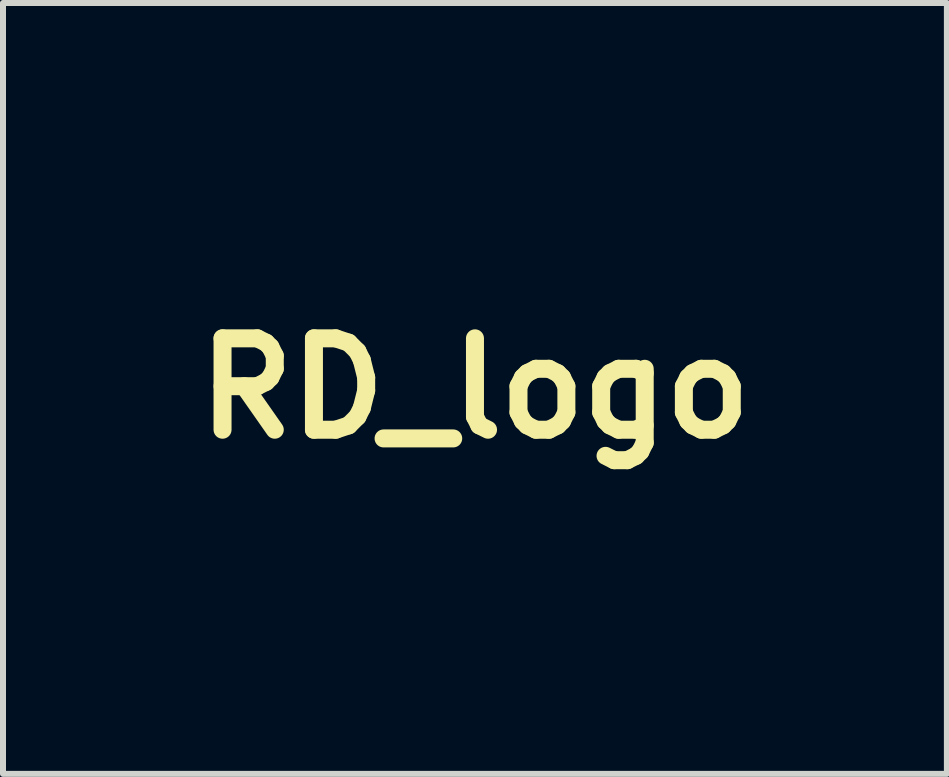
<source format=kicad_pcb>
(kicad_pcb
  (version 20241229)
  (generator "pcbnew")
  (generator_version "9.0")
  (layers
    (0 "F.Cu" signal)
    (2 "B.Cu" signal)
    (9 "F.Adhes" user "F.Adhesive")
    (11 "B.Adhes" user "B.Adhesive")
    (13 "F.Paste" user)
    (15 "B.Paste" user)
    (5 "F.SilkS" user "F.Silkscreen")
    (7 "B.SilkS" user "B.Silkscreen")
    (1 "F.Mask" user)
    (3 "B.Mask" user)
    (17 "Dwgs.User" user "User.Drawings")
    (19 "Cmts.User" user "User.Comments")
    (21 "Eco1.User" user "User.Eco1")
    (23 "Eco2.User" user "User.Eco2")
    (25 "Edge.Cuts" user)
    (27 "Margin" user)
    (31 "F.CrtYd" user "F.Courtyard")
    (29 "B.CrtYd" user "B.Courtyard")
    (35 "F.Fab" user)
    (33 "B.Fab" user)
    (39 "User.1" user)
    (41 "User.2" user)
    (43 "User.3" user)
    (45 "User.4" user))
  (footprint "RD_logo"
    (layer "F.Cu")
    (at 4.87 3.426)
    (property "Reference" "RD_logo" (at 0 0 0) (layer "F.SilkS") (effects (font (size 1.524 1.524) (thickness 0.3))))
    (attr through_hole)
    (fp_poly (pts (xy 0.063 0.829) (xy 0.066 0.834) (xy 0.068 0.84) (xy 0.068 0.844) (xy 0.069 0.85) (xy 0.071 0.858) (xy 0.073 0.868) (xy 0.076 0.877) (xy 0.079 0.887) (xy 0.082 0.895) (xy 0.083 0.896) (xy 0.088 0.905) (xy 0.094 0.914) (xy 0.098 0.918) (xy 0.11 0.928) (xy 0.124 0.938) (xy 0.141 0.948) (xy 0.16 0.958) (xy 0.176 0.964) (xy 0.183 0.968) (xy 0.188 0.97) (xy 0.19 0.972) (xy 0.191 0.974) (xy 0.19 0.978) (xy 0.19 0.98) (xy 0.187 0.98) (xy 0.182 0.981) (xy 0.175 0.982) (xy 0.165 0.984) (xy 0.154 0.985) (xy 0.142 0.987) (xy 0.129 0.988) (xy 0.116 0.99) (xy 0.104 0.991) (xy 0.092 0.993) (xy 0.082 0.994) (xy 0.074 0.994) (xy 0.068 0.995) (xy 0.066 0.995) (xy 0.059 0.994) (xy 0.052 0.993) (xy 0.05 0.992) (xy 0.037 0.987) (xy 0.027 0.98) (xy 0.018 0.971) (xy 0.012 0.96) (xy 0.009 0.949) (xy 0.009 0.941) (xy 0.01 0.937) (xy 0.012 0.931) (xy 0.015 0.922) (xy 0.018 0.912) (xy 0.022 0.901) (xy 0.027 0.889) (xy 0.032 0.877) (xy 0.036 0.865) (xy 0.041 0.855) (xy 0.045 0.845) (xy 0.048 0.837) (xy 0.051 0.832) (xy 0.053 0.829) (xy 0.053 0.828) (xy 0.058 0.827) (xy 0.063 0.829)) (stroke (width 0.01) (type solid)) (fill yes) (layer "F.Mask"))
    (fp_poly (pts (xy -0.61 -2.886) (xy -0.61 -2.883) (xy -0.611 -2.882) (xy -0.614 -2.877) (xy -0.619 -2.872) (xy -0.626 -2.864) (xy -0.634 -2.856) (xy -0.643 -2.847) (xy -0.643 -2.847) (xy -0.677 -2.813) (xy -0.709 -2.781) (xy -0.738 -2.751) (xy -0.764 -2.723) (xy -0.788 -2.697) (xy -0.81 -2.672) (xy -0.821 -2.658) (xy -0.827 -2.652) (xy -0.833 -2.643) (xy -0.841 -2.633) (xy -0.85 -2.621) (xy -0.859 -2.609) (xy -0.867 -2.596) (xy -0.869 -2.594) (xy -0.885 -2.572) (xy -0.899 -2.552) (xy -0.912 -2.534) (xy -0.924 -2.518) (xy -0.936 -2.502) (xy -0.949 -2.486) (xy -0.963 -2.469) (xy -0.967 -2.464) (xy -0.991 -2.434) (xy -1.012 -2.407) (xy -1.032 -2.382) (xy -1.049 -2.358) (xy -1.064 -2.336) (xy -1.071 -2.326) (xy -1.075 -2.319) (xy -1.081 -2.309) (xy -1.088 -2.297) (xy -1.096 -2.282) (xy -1.104 -2.265) (xy -1.114 -2.246) (xy -1.124 -2.226) (xy -1.135 -2.205) (xy -1.146 -2.183) (xy -1.157 -2.16) (xy -1.168 -2.137) (xy -1.179 -2.114) (xy -1.19 -2.091) (xy -1.201 -2.068) (xy -1.211 -2.046) (xy -1.215 -2.037) (xy -1.231 -2.002) (xy -1.248 -1.964) (xy -1.265 -1.924) (xy -1.283 -1.883) (xy -1.3 -1.841) (xy -1.317 -1.801) (xy -1.325 -1.781) (xy -1.329 -1.769) (xy -1.334 -1.758) (xy -1.338 -1.748) (xy -1.341 -1.741) (xy -1.343 -1.735) (xy -1.345 -1.733) (xy -1.349 -1.73) (xy -1.354 -1.729) (xy -1.359 -1.73) (xy -1.362 -1.733) (xy -1.363 -1.734) (xy -1.363 -1.736) (xy -1.363 -1.738) (xy -1.363 -1.741) (xy -1.362 -1.745) (xy -1.361 -1.751) (xy -1.359 -1.759) (xy -1.357 -1.769) (xy -1.354 -1.782) (xy -1.35 -1.797) (xy -1.347 -1.808) (xy -1.34 -1.839) (xy -1.332 -1.866) (xy -1.326 -1.891) (xy -1.319 -1.915) (xy -1.313 -1.938) (xy -1.306 -1.96) (xy -1.299 -1.982) (xy -1.291 -2.004) (xy -1.283 -2.028) (xy -1.274 -2.054) (xy -1.274 -2.055) (xy -1.263 -2.085) (xy -1.252 -2.116) (xy -1.24 -2.147) (xy -1.229 -2.177) (xy -1.217 -2.208) (xy -1.206 -2.237) (xy -1.195 -2.265) (xy -1.184 -2.293) (xy -1.173 -2.319) (xy -1.163 -2.343) (xy -1.153 -2.366) (xy -1.145 -2.386) (xy -1.136 -2.404) (xy -1.129 -2.42) (xy -1.123 -2.432) (xy -1.117 -2.442) (xy -1.116 -2.445) (xy -1.11 -2.454) (xy -1.102 -2.464) (xy -1.093 -2.476) (xy -1.082 -2.488) (xy -1.069 -2.502) (xy -1.054 -2.517) (xy -1.041 -2.531) (xy -1.011 -2.56) (xy -0.979 -2.591) (xy -0.945 -2.622) (xy -0.909 -2.654) (xy -0.871 -2.687) (xy -0.833 -2.719) (xy -0.794 -2.751) (xy -0.755 -2.783) (xy -0.716 -2.814) (xy -0.678 -2.843) (xy -0.672 -2.847) (xy -0.661 -2.855) (xy -0.651 -2.863) (xy -0.641 -2.87) (xy -0.633 -2.876) (xy -0.627 -2.881) (xy -0.623 -2.883) (xy -0.623 -2.884) (xy -0.617 -2.887) (xy -0.612 -2.887) (xy -0.61 -2.886)) (stroke (width 0.01) (type solid)) (fill yes) (layer "F.Mask"))
    (fp_poly (pts (xy -1.754 -1.34) (xy -1.751 -1.338) (xy -1.747 -1.335) (xy -1.742 -1.329) (xy -1.736 -1.319) (xy -1.728 -1.307) (xy -1.719 -1.291) (xy -1.708 -1.272) (xy -1.696 -1.25) (xy -1.682 -1.225) (xy -1.667 -1.197) (xy -1.65 -1.165) (xy -1.632 -1.131) (xy -1.619 -1.106) (xy -1.61 -1.089) (xy -1.601 -1.072) (xy -1.593 -1.057) (xy -1.585 -1.042) (xy -1.578 -1.03) (xy -1.573 -1.019) (xy -1.568 -1.01) (xy -1.565 -1.004) (xy -1.563 -1.001) (xy -1.563 -1.001) (xy -1.561 -0.999) (xy -1.557 -0.994) (xy -1.551 -0.988) (xy -1.542 -0.98) (xy -1.531 -0.969) (xy -1.519 -0.956) (xy -1.504 -0.942) (xy -1.487 -0.926) (xy -1.469 -0.908) (xy -1.449 -0.888) (xy -1.427 -0.867) (xy -1.404 -0.845) (xy -1.38 -0.821) (xy -1.354 -0.796) (xy -1.328 -0.77) (xy -1.3 -0.743) (xy -1.271 -0.715) (xy -1.241 -0.686) (xy -1.211 -0.657) (xy -1.179 -0.626) (xy -1.148 -0.595) (xy -1.115 -0.564) (xy -1.083 -0.533) (xy -1.05 -0.501) (xy -1.017 -0.468) (xy -0.983 -0.436) (xy -0.95 -0.404) (xy -0.917 -0.372) (xy -0.884 -0.34) (xy -0.851 -0.308) (xy -0.819 -0.277) (xy -0.787 -0.246) (xy -0.756 -0.216) (xy -0.725 -0.186) (xy -0.695 -0.158) (xy -0.666 -0.13) (xy -0.638 -0.103) (xy -0.611 -0.077) (xy -0.585 -0.052) (xy -0.561 -0.028) (xy -0.537 -0.006) (xy -0.516 0.015) (xy -0.495 0.035) (xy -0.477 0.053) (xy -0.46 0.069) (xy -0.445 0.083) (xy -0.432 0.096) (xy -0.42 0.106) (xy -0.411 0.115) (xy -0.405 0.121) (xy -0.4 0.125) (xy -0.398 0.127) (xy -0.387 0.134) (xy -0.374 0.142) (xy -0.36 0.149) (xy -0.346 0.156) (xy -0.333 0.161) (xy -0.328 0.163) (xy -0.313 0.167) (xy -0.299 0.169) (xy -0.285 0.17) (xy -0.274 0.168) (xy -0.273 0.168) (xy -0.259 0.162) (xy -0.244 0.153) (xy -0.229 0.141) (xy -0.212 0.125) (xy -0.195 0.106) (xy -0.176 0.083) (xy -0.167 0.072) (xy -0.16 0.062) (xy -0.154 0.055) (xy -0.15 0.05) (xy -0.146 0.048) (xy -0.142 0.047) (xy -0.139 0.048) (xy -0.136 0.05) (xy -0.133 0.052) (xy -0.132 0.054) (xy -0.131 0.059) (xy -0.131 0.064) (xy -0.132 0.076) (xy -0.134 0.091) (xy -0.137 0.107) (xy -0.14 0.124) (xy -0.145 0.141) (xy -0.15 0.157) (xy -0.155 0.172) (xy -0.156 0.176) (xy -0.168 0.201) (xy -0.183 0.224) (xy -0.201 0.245) (xy -0.221 0.264) (xy -0.242 0.281) (xy -0.264 0.293) (xy -0.278 0.3) (xy -0.291 0.303) (xy -0.304 0.304) (xy -0.313 0.303) (xy -0.33 0.299) (xy -0.347 0.292) (xy -0.364 0.282) (xy -0.365 0.282) (xy -0.368 0.279) (xy -0.374 0.274) (xy -0.382 0.267) (xy -0.392 0.257) (xy -0.404 0.246) (xy -0.419 0.232) (xy -0.436 0.215) (xy -0.455 0.196) (xy -0.477 0.175) (xy -0.501 0.152) (xy -0.527 0.126) (xy -0.535 0.118) (xy -0.555 0.099) (xy -0.574 0.08) (xy -0.592 0.063) (xy -0.609 0.046) (xy -0.625 0.03) (xy -0.64 0.016) (xy -0.653 0.003) (xy -0.664 -0.008) (xy -0.674 -0.018) (xy -0.682 -0.026) (xy -0.688 -0.031) (xy -0.692 -0.035) (xy -0.694 -0.036) (xy -0.694 -0.036) (xy -0.694 -0.035) (xy -0.695 -0.031) (xy -0.696 -0.025) (xy -0.697 -0.021) (xy -0.701 0.002) (xy -0.707 0.028) (xy -0.714 0.055) (xy -0.723 0.083) (xy -0.734 0.11) (xy -0.746 0.137) (xy -0.758 0.163) (xy -0.768 0.182) (xy -0.776 0.196) (xy -0.787 0.212) (xy -0.799 0.23) (xy -0.812 0.249) (xy -0.826 0.27) (xy -0.841 0.29) (xy -0.856 0.311) (xy -0.871 0.331) (xy -0.886 0.351) (xy -0.899 0.367) (xy -0.91 0.381) (xy -0.921 0.382) (xy -0.93 0.383) (xy -0.942 0.383) (xy -0.955 0.383) (xy -0.97 0.383) (xy -0.985 0.382) (xy -0.998 0.382) (xy -1.009 0.381) (xy -1.021 0.38) (xy -1.032 0.378) (xy -1.039 0.377) (xy -1.06 0.373) (xy -1.084 0.368) (xy -1.11 0.36) (xy -1.137 0.351) (xy -1.166 0.341) (xy -1.194 0.33) (xy -1.223 0.318) (xy -1.251 0.305) (xy -1.259 0.301) (xy -1.288 0.287) (xy -1.315 0.272) (xy -1.339 0.257) (xy -1.362 0.242) (xy -1.384 0.226) (xy -1.404 0.209) (xy -1.425 0.19) (xy -1.44 0.175) (xy -1.468 0.145) (xy -1.495 0.114) (xy -1.521 0.081) (xy -1.546 0.045) (xy -1.57 0.008) (xy -1.594 -0.033) (xy -1.617 -0.077) (xy -1.622 -0.087) (xy -1.625 -0.092) (xy -0.928 -0.092) (xy -0.927 -0.08) (xy -0.924 -0.066) (xy -0.919 -0.052) (xy -0.913 -0.038) (xy -0.906 -0.027) (xy -0.899 -0.018) (xy -0.885 -0.006) (xy -0.871 0.002) (xy -0.856 0.008) (xy -0.84 0.01) (xy -0.835 0.01) (xy -0.827 0.009) (xy -0.821 0.008) (xy -0.815 0.006) (xy -0.807 0.002) (xy -0.807 0.002) (xy -0.793 -0.007) (xy -0.781 -0.018) (xy -0.771 -0.03) (xy -0.769 -0.033) (xy -0.765 -0.041) (xy -0.761 -0.051) (xy -0.757 -0.063) (xy -0.754 -0.075) (xy -0.752 -0.08) (xy -0.75 -0.092) (xy -0.798 -0.139) (xy -0.809 -0.15) (xy -0.819 -0.16) (xy -0.829 -0.17) (xy -0.838 -0.179) (xy -0.846 -0.186) (xy -0.851 -0.191) (xy -0.855 -0.194) (xy -0.855 -0.194) (xy -0.865 -0.203) (xy -0.88 -0.189) (xy -0.894 -0.175) (xy -0.905 -0.161) (xy -0.913 -0.147) (xy -0.917 -0.14) (xy -0.921 -0.129) (xy -0.925 -0.116) (xy -0.927 -0.104) (xy -0.928 -0.093) (xy -0.928 -0.092) (xy -1.625 -0.092) (xy -1.651 -0.147) (xy -1.678 -0.207) (xy -1.701 -0.266) (xy -1.722 -0.325) (xy -1.739 -0.383) (xy -1.752 -0.432) (xy -1.273 -0.432) (xy -1.273 -0.426) (xy -1.272 -0.408) (xy -1.27 -0.393) (xy -1.268 -0.378) (xy -1.264 -0.364) (xy -1.26 -0.35) (xy -1.252 -0.331) (xy -1.243 -0.313) (xy -1.233 -0.295) (xy -1.222 -0.278) (xy -1.21 -0.263) (xy -1.198 -0.251) (xy -1.187 -0.241) (xy -1.182 -0.238) (xy -1.164 -0.228) (xy -1.144 -0.219) (xy -1.124 -0.212) (xy -1.105 -0.207) (xy -1.103 -0.207) (xy -1.092 -0.206) (xy -1.08 -0.205) (xy -1.067 -0.205) (xy -1.055 -0.206) (xy -1.046 -0.208) (xy -1.027 -0.213) (xy -1.01 -0.222) (xy -0.995 -0.233) (xy -0.982 -0.247) (xy -0.971 -0.263) (xy -0.966 -0.275) (xy -0.964 -0.281) (xy -0.962 -0.286) (xy -0.961 -0.289) (xy -0.961 -0.29) (xy -0.961 -0.291) (xy -0.962 -0.293) (xy -0.964 -0.295) (xy -0.967 -0.298) (xy -0.97 -0.302) (xy -0.975 -0.307) (xy -0.981 -0.313) (xy -0.988 -0.321) (xy -0.997 -0.33) (xy -1.008 -0.34) (xy -1.02 -0.352) (xy -1.034 -0.366) (xy -1.051 -0.382) (xy -1.069 -0.401) (xy -1.09 -0.421) (xy -1.099 -0.429) (xy -1.117 -0.447) (xy -1.135 -0.465) (xy -1.152 -0.481) (xy -1.167 -0.496) (xy -1.182 -0.511) (xy -1.195 -0.524) (xy -1.207 -0.535) (xy -1.217 -0.545) (xy -1.226 -0.553) (xy -1.232 -0.559) (xy -1.236 -0.563) (xy -1.238 -0.565) (xy -1.238 -0.565) (xy -1.24 -0.563) (xy -1.242 -0.559) (xy -1.245 -0.553) (xy -1.249 -0.545) (xy -1.253 -0.537) (xy -1.256 -0.528) (xy -1.259 -0.52) (xy -1.26 -0.516) (xy -1.267 -0.495) (xy -1.271 -0.475) (xy -1.273 -0.454) (xy -1.273 -0.432) (xy -1.752 -0.432) (xy -1.754 -0.439) (xy -1.766 -0.494) (xy -1.773 -0.537) (xy -1.776 -0.56) (xy -1.778 -0.581) (xy -1.779 -0.601) (xy -1.78 -0.623) (xy -1.78 -0.642) (xy -1.78 -0.655) (xy -1.78 -0.664) (xy -1.78 -0.671) (xy -1.781 -0.676) (xy -1.781 -0.679) (xy -1.782 -0.681) (xy -1.783 -0.682) (xy -1.784 -0.683) (xy -1.786 -0.684) (xy -1.791 -0.688) (xy -1.798 -0.692) (xy -1.808 -0.698) (xy -1.819 -0.706) (xy -1.833 -0.715) (xy -1.848 -0.724) (xy -1.865 -0.735) (xy -1.883 -0.746) (xy -1.902 -0.758) (xy -1.921 -0.771) (xy -1.922 -0.771) (xy -1.941 -0.783) (xy -1.96 -0.795) (xy -1.978 -0.807) (xy -1.995 -0.817) (xy -2.01 -0.827) (xy -2.024 -0.836) (xy -2.036 -0.843) (xy -2.046 -0.849) (xy -2.053 -0.854) (xy -2.058 -0.857) (xy -2.06 -0.859) (xy -2.06 -0.859) (xy -2.065 -0.866) (xy -2.068 -0.873) (xy -2.068 -0.881) (xy -2.065 -0.887) (xy -2.059 -0.893) (xy -2.049 -0.897) (xy -2.039 -0.9) (xy -2.027 -0.9) (xy -2.015 -0.899) (xy -2.015 -0.899) (xy -2.01 -0.897) (xy -2.002 -0.894) (xy -1.993 -0.89) (xy -1.981 -0.885) (xy -1.967 -0.878) (xy -1.953 -0.871) (xy -1.937 -0.863) (xy -1.92 -0.855) (xy -1.904 -0.846) (xy -1.887 -0.838) (xy -1.871 -0.829) (xy -1.855 -0.821) (xy -1.841 -0.813) (xy -1.828 -0.806) (xy -1.817 -0.799) (xy -1.813 -0.797) (xy -1.799 -0.789) (xy -1.788 -0.782) (xy -1.779 -0.777) (xy -1.772 -0.774) (xy -1.767 -0.772) (xy -1.762 -0.771) (xy -1.758 -0.771) (xy -1.755 -0.772) (xy -1.752 -0.773) (xy -1.747 -0.777) (xy -1.742 -0.782) (xy -1.736 -0.789) (xy -1.731 -0.797) (xy -1.729 -0.801) (xy -1.725 -0.81) (xy -1.724 -0.819) (xy -1.726 -0.826) (xy -1.727 -0.829) (xy -1.731 -0.833) (xy -1.737 -0.84) (xy -1.744 -0.848) (xy -1.753 -0.859) (xy -1.763 -0.87) (xy -1.774 -0.883) (xy -1.786 -0.896) (xy -1.796 -0.908) (xy -1.824 -0.938) (xy -1.849 -0.966) (xy -1.871 -0.991) (xy -1.892 -1.014) (xy -1.911 -1.035) (xy -1.927 -1.054) (xy -1.942 -1.071) (xy -1.955 -1.086) (xy -1.966 -1.099) (xy -1.976 -1.11) (xy -1.984 -1.12) (xy -1.991 -1.128) (xy -1.996 -1.134) (xy -2 -1.14) (xy -2.003 -1.144) (xy -2.004 -1.147) (xy -2.007 -1.155) (xy -2.007 -1.164) (xy -2.006 -1.174) (xy -2.005 -1.179) (xy -2 -1.189) (xy -1.993 -1.197) (xy -1.985 -1.202) (xy -1.976 -1.205) (xy -1.967 -1.204) (xy -1.96 -1.202) (xy -1.958 -1.2) (xy -1.953 -1.196) (xy -1.947 -1.19) (xy -1.938 -1.182) (xy -1.928 -1.173) (xy -1.917 -1.162) (xy -1.905 -1.151) (xy -1.893 -1.139) (xy -1.889 -1.136) (xy -1.874 -1.121) (xy -1.861 -1.108) (xy -1.848 -1.095) (xy -1.835 -1.082) (xy -1.823 -1.07) (xy -1.81 -1.057) (xy -1.796 -1.043) (xy -1.782 -1.029) (xy -1.767 -1.013) (xy -1.75 -0.995) (xy -1.731 -0.975) (xy -1.718 -0.961) (xy -1.708 -0.951) (xy -1.699 -0.942) (xy -1.691 -0.934) (xy -1.685 -0.929) (xy -1.68 -0.925) (xy -1.679 -0.924) (xy -1.67 -0.921) (xy -1.661 -0.921) (xy -1.653 -0.924) (xy -1.647 -0.93) (xy -1.645 -0.931) (xy -1.644 -0.935) (xy -1.643 -0.938) (xy -1.644 -0.943) (xy -1.644 -0.945) (xy -1.645 -0.948) (xy -1.648 -0.954) (xy -1.651 -0.963) (xy -1.656 -0.974) (xy -1.662 -0.987) (xy -1.668 -1.001) (xy -1.675 -1.017) (xy -1.682 -1.034) (xy -1.69 -1.052) (xy -1.69 -1.052) (xy -1.702 -1.077) (xy -1.711 -1.099) (xy -1.72 -1.118) (xy -1.728 -1.135) (xy -1.734 -1.151) (xy -1.74 -1.165) (xy -1.746 -1.177) (xy -1.751 -1.189) (xy -1.756 -1.2) (xy -1.76 -1.211) (xy -1.764 -1.222) (xy -1.769 -1.234) (xy -1.771 -1.24) (xy -1.786 -1.276) (xy -1.786 -1.296) (xy -1.787 -1.308) (xy -1.786 -1.316) (xy -1.785 -1.323) (xy -1.782 -1.329) (xy -1.779 -1.333) (xy -1.776 -1.335) (xy -1.769 -1.34) (xy -1.761 -1.342) (xy -1.754 -1.34)) (stroke (width 0.01) (type solid)) (fill yes) (layer "F.Mask"))
    (fp_poly (pts (xy -0.23 -3.42) (xy -0.183 -3.417) (xy -0.159 -3.415) (xy -0.142 -3.413) (xy -0.124 -3.411) (xy -0.107 -3.408) (xy -0.091 -3.406) (xy -0.075 -3.403) (xy -0.061 -3.4) (xy -0.049 -3.398) (xy -0.039 -3.395) (xy -0.031 -3.393) (xy -0.027 -3.391) (xy -0.018 -3.384) (xy -0.01 -3.374) (xy -0.002 -3.361) (xy 0.004 -3.345) (xy 0.011 -3.325) (xy 0.016 -3.303) (xy 0.022 -3.277) (xy 0.026 -3.248) (xy 0.028 -3.235) (xy 0.031 -3.211) (xy 0.033 -3.185) (xy 0.036 -3.157) (xy 0.038 -3.127) (xy 0.04 -3.096) (xy 0.042 -3.065) (xy 0.044 -3.034) (xy 0.045 -3.004) (xy 0.046 -2.995) (xy 0.046 -2.973) (xy 0.047 -2.951) (xy 0.047 -2.93) (xy 0.046 -2.909) (xy 0.046 -2.887) (xy 0.045 -2.865) (xy 0.043 -2.841) (xy 0.041 -2.815) (xy 0.038 -2.787) (xy 0.035 -2.756) (xy 0.034 -2.74) (xy 0.033 -2.73) (xy 0.032 -2.722) (xy 0.032 -2.715) (xy 0.032 -2.71) (xy 0.032 -2.709) (xy 0.034 -2.708) (xy 0.039 -2.707) (xy 0.046 -2.705) (xy 0.056 -2.702) (xy 0.068 -2.699) (xy 0.082 -2.695) (xy 0.097 -2.692) (xy 0.108 -2.689) (xy 0.172 -2.672) (xy 0.234 -2.656) (xy 0.292 -2.64) (xy 0.349 -2.624) (xy 0.403 -2.608) (xy 0.455 -2.593) (xy 0.505 -2.577) (xy 0.555 -2.561) (xy 0.604 -2.544) (xy 0.652 -2.528) (xy 0.7 -2.51) (xy 0.749 -2.493) (xy 0.764 -2.487) (xy 0.859 -2.45) (xy 0.952 -2.411) (xy 1.042 -2.371) (xy 1.129 -2.329) (xy 1.214 -2.286) (xy 1.296 -2.241) (xy 1.375 -2.195) (xy 1.451 -2.147) (xy 1.524 -2.099) (xy 1.594 -2.049) (xy 1.661 -1.998) (xy 1.704 -1.963) (xy 1.76 -1.914) (xy 1.816 -1.863) (xy 1.872 -1.808) (xy 1.928 -1.751) (xy 1.984 -1.691) (xy 2.039 -1.629) (xy 2.094 -1.565) (xy 2.147 -1.498) (xy 2.199 -1.431) (xy 2.25 -1.362) (xy 2.299 -1.292) (xy 2.346 -1.221) (xy 2.392 -1.149) (xy 2.419 -1.105) (xy 2.46 -1.034) (xy 2.5 -0.96) (xy 2.538 -0.884) (xy 2.576 -0.805) (xy 2.611 -0.725) (xy 2.645 -0.644) (xy 2.664 -0.595) (xy 2.697 -0.504) (xy 2.728 -0.413) (xy 2.756 -0.323) (xy 2.781 -0.232) (xy 2.803 -0.142) (xy 2.82 -0.06) (xy 2.823 -0.046) (xy 2.826 -0.031) (xy 2.829 -0.015) (xy 2.831 0.001) (xy 2.834 0.017) (xy 2.837 0.032) (xy 2.839 0.047) (xy 2.841 0.06) (xy 2.843 0.071) (xy 2.844 0.08) (xy 2.844 0.087) (xy 2.845 0.091) (xy 2.844 0.091) (xy 2.843 0.09) (xy 2.841 0.087) (xy 2.836 0.08) (xy 2.831 0.071) (xy 2.823 0.06) (xy 2.815 0.047) (xy 2.806 0.032) (xy 2.795 0.015) (xy 2.784 -0.003) (xy 2.772 -0.022) (xy 2.759 -0.043) (xy 2.746 -0.065) (xy 2.732 -0.087) (xy 2.718 -0.11) (xy 2.704 -0.133) (xy 2.69 -0.157) (xy 2.688 -0.16) (xy 2.668 -0.194) (xy 2.649 -0.225) (xy 2.631 -0.255) (xy 2.613 -0.283) (xy 2.595 -0.31) (xy 2.578 -0.336) (xy 2.561 -0.362) (xy 2.543 -0.389) (xy 2.524 -0.416) (xy 2.504 -0.444) (xy 2.483 -0.473) (xy 2.46 -0.505) (xy 2.435 -0.538) (xy 2.429 -0.547) (xy 2.418 -0.562) (xy 2.406 -0.578) (xy 2.393 -0.595) (xy 2.381 -0.612) (xy 2.37 -0.628) (xy 2.36 -0.642) (xy 2.353 -0.651) (xy 2.334 -0.678) (xy 2.317 -0.702) (xy 2.302 -0.724) (xy 2.288 -0.743) (xy 2.276 -0.759) (xy 2.266 -0.773) (xy 2.261 -0.78) (xy 2.256 -0.785) (xy 2.25 -0.792) (xy 2.242 -0.801) (xy 2.233 -0.811) (xy 2.223 -0.821) (xy 2.213 -0.831) (xy 2.203 -0.841) (xy 2.194 -0.851) (xy 2.185 -0.859) (xy 2.178 -0.866) (xy 2.172 -0.871) (xy 2.169 -0.874) (xy 2.164 -0.878) (xy 2.17 -0.863) (xy 2.177 -0.846) (xy 2.185 -0.825) (xy 2.193 -0.801) (xy 2.201 -0.775) (xy 2.21 -0.747) (xy 2.219 -0.717) (xy 2.228 -0.685) (xy 2.237 -0.653) (xy 2.246 -0.619) (xy 2.255 -0.585) (xy 2.264 -0.551) (xy 2.272 -0.517) (xy 2.28 -0.484) (xy 2.282 -0.472) (xy 2.302 -0.378) (xy 2.319 -0.285) (xy 2.334 -0.193) (xy 2.346 -0.103) (xy 2.356 -0.013) (xy 2.363 0.077) (xy 2.365 0.117) (xy 2.366 0.147) (xy 2.367 0.178) (xy 2.367 0.212) (xy 2.367 0.248) (xy 2.367 0.283) (xy 2.366 0.319) (xy 2.365 0.353) (xy 2.363 0.386) (xy 2.361 0.416) (xy 2.36 0.422) (xy 2.353 0.492) (xy 2.343 0.563) (xy 2.33 0.636) (xy 2.315 0.711) (xy 2.296 0.787) (xy 2.275 0.864) (xy 2.252 0.943) (xy 2.225 1.022) (xy 2.196 1.103) (xy 2.165 1.184) (xy 2.131 1.266) (xy 2.098 1.341) (xy 2.093 1.352) (xy 2.088 1.364) (xy 2.082 1.377) (xy 2.075 1.391) (xy 2.069 1.405) (xy 2.062 1.418) (xy 2.056 1.432) (xy 2.05 1.444) (xy 2.044 1.456) (xy 2.039 1.466) (xy 2.036 1.474) (xy 2.033 1.479) (xy 2.031 1.482) (xy 2.031 1.483) (xy 2.031 1.481) (xy 2.031 1.476) (xy 2.032 1.47) (xy 2.033 1.462) (xy 2.035 1.441) (xy 2.038 1.417) (xy 2.04 1.39) (xy 2.042 1.361) (xy 2.044 1.331) (xy 2.046 1.299) (xy 2.048 1.267) (xy 2.048 1.261) (xy 2.048 1.249) (xy 2.049 1.234) (xy 2.049 1.217) (xy 2.049 1.198) (xy 2.049 1.179) (xy 2.049 1.158) (xy 2.049 1.137) (xy 2.049 1.116) (xy 2.049 1.096) (xy 2.048 1.076) (xy 2.048 1.057) (xy 2.048 1.041) (xy 2.047 1.026) (xy 2.047 1.014) (xy 2.046 1.005) (xy 2.046 1.003) (xy 2.044 0.985) (xy 2.043 0.968) (xy 2.041 0.95) (xy 2.039 0.932) (xy 2.036 0.912) (xy 2.033 0.891) (xy 2.03 0.868) (xy 2.027 0.841) (xy 2.024 0.824) (xy 2.021 0.803) (xy 2.019 0.785) (xy 2.016 0.769) (xy 2.014 0.755) (xy 2.012 0.742) (xy 2.011 0.73) (xy 2.009 0.718) (xy 2.008 0.706) (xy 2.006 0.694) (xy 2.005 0.681) (xy 2.003 0.666) (xy 2.001 0.65) (xy 1.999 0.631) (xy 1.997 0.61) (xy 1.994 0.591) (xy 1.99 0.557) (xy 1.987 0.526) (xy 1.984 0.498) (xy 1.981 0.473) (xy 1.978 0.451) (xy 1.975 0.43) (xy 1.972 0.411) (xy 1.97 0.394) (xy 1.968 0.379) (xy 1.965 0.364) (xy 1.963 0.351) (xy 1.961 0.338) (xy 1.958 0.325) (xy 1.958 0.321) (xy 1.954 0.304) (xy 1.95 0.289) (xy 1.947 0.275) (xy 1.943 0.264) (xy 1.94 0.256) (xy 1.94 0.255) (xy 1.939 0.253) (xy 1.938 0.253) (xy 1.938 0.254) (xy 1.938 0.258) (xy 1.938 0.264) (xy 1.938 0.271) (xy 1.936 0.301) (xy 1.933 0.334) (xy 1.928 0.37) (xy 1.922 0.407) (xy 1.914 0.445) (xy 1.904 0.484) (xy 1.893 0.524) (xy 1.88 0.564) (xy 1.867 0.604) (xy 1.852 0.643) (xy 1.836 0.681) (xy 1.823 0.711) (xy 1.816 0.725) (xy 1.81 0.739) (xy 1.803 0.752) (xy 1.796 0.765) (xy 1.789 0.778) (xy 1.781 0.792) (xy 1.772 0.807) (xy 1.762 0.823) (xy 1.75 0.841) (xy 1.738 0.861) (xy 1.724 0.883) (xy 1.708 0.907) (xy 1.706 0.909) (xy 1.691 0.933) (xy 1.677 0.954) (xy 1.665 0.973) (xy 1.654 0.99) (xy 1.644 1.006) (xy 1.636 1.02) (xy 1.628 1.034) (xy 1.621 1.047) (xy 1.614 1.06) (xy 1.613 1.063) (xy 1.598 1.093) (xy 1.586 1.121) (xy 1.576 1.148) (xy 1.568 1.175) (xy 1.561 1.201) (xy 1.556 1.229) (xy 1.556 1.23) (xy 1.548 1.278) (xy 1.542 1.329) (xy 1.536 1.382) (xy 1.53 1.437) (xy 1.525 1.493) (xy 1.521 1.55) (xy 1.521 1.552) (xy 1.52 1.566) (xy 1.52 1.582) (xy 1.519 1.601) (xy 1.519 1.622) (xy 1.518 1.644) (xy 1.518 1.668) (xy 1.518 1.692) (xy 1.518 1.717) (xy 1.518 1.741) (xy 1.518 1.765) (xy 1.518 1.788) (xy 1.518 1.809) (xy 1.519 1.828) (xy 1.519 1.845) (xy 1.52 1.859) (xy 1.52 1.864) (xy 1.524 1.921) (xy 1.529 1.974) (xy 1.534 2.026) (xy 1.541 2.074) (xy 1.548 2.121) (xy 1.556 2.167) (xy 1.565 2.211) (xy 1.566 2.217) (xy 1.569 2.229) (xy 1.572 2.242) (xy 1.575 2.254) (xy 1.578 2.267) (xy 1.581 2.278) (xy 1.584 2.287) (xy 1.586 2.294) (xy 1.586 2.296) (xy 1.586 2.296) (xy 1.583 2.294) (xy 1.578 2.289) (xy 1.571 2.283) (xy 1.563 2.275) (xy 1.554 2.266) (xy 1.543 2.255) (xy 1.532 2.243) (xy 1.519 2.23) (xy 1.507 2.217) (xy 1.493 2.203) (xy 1.48 2.189) (xy 1.467 2.175) (xy 1.454 2.161) (xy 1.447 2.153) (xy 1.378 2.076) (xy 1.311 1.997) (xy 1.246 1.917) (xy 1.182 1.837) (xy 1.142 1.784) (xy 1.086 1.707) (xy 1.032 1.63) (xy 0.982 1.554) (xy 0.934 1.479) (xy 0.89 1.405) (xy 0.848 1.331) (xy 0.81 1.258) (xy 0.775 1.186) (xy 0.743 1.116) (xy 0.732 1.09) (xy 0.722 1.066) (xy 0.712 1.039) (xy 0.7 1.01) (xy 0.688 0.978) (xy 0.676 0.945) (xy 0.663 0.91) (xy 0.65 0.875) (xy 0.637 0.839) (xy 0.624 0.803) (xy 0.612 0.767) (xy 0.6 0.733) (xy 0.588 0.699) (xy 0.578 0.667) (xy 0.569 0.641) (xy 0.566 0.63) (xy 0.562 0.62) (xy 0.559 0.612) (xy 0.557 0.606) (xy 0.556 0.602) (xy 0.555 0.602) (xy 0.554 0.603) (xy 0.552 0.608) (xy 0.549 0.614) (xy 0.546 0.622) (xy 0.544 0.626) (xy 0.54 0.636) (xy 0.536 0.643) (xy 0.534 0.648) (xy 0.531 0.652) (xy 0.528 0.655) (xy 0.525 0.657) (xy 0.517 0.663) (xy 0.516 0.708) (xy 0.516 0.722) (xy 0.516 0.736) (xy 0.515 0.751) (xy 0.515 0.764) (xy 0.515 0.775) (xy 0.515 0.779) (xy 0.515 0.805) (xy 0.535 0.825) (xy 0.556 0.847) (xy 0.575 0.867) (xy 0.592 0.887) (xy 0.606 0.905) (xy 0.618 0.922) (xy 0.627 0.938) (xy 0.633 0.952) (xy 0.634 0.955) (xy 0.636 0.962) (xy 0.637 0.969) (xy 0.637 0.976) (xy 0.637 0.978) (xy 0.632 1.01) (xy 0.624 1.041) (xy 0.613 1.072) (xy 0.598 1.103) (xy 0.581 1.133) (xy 0.56 1.163) (xy 0.537 1.191) (xy 0.512 1.218) (xy 0.489 1.239) (xy 0.466 1.258) (xy 0.441 1.276) (xy 0.416 1.294) (xy 0.389 1.31) (xy 0.36 1.326) (xy 0.329 1.343) (xy 0.32 1.347) (xy 0.264 1.372) (xy 0.206 1.395) (xy 0.147 1.415) (xy 0.085 1.433) (xy 0.022 1.447) (xy -0.043 1.459) (xy -0.086 1.465) (xy -0.104 1.467) (xy -0.121 1.469) (xy -0.136 1.471) (xy -0.151 1.472) (xy -0.166 1.473) (xy -0.182 1.473) (xy -0.2 1.474) (xy -0.22 1.474) (xy -0.239 1.474) (xy -0.272 1.474) (xy -0.303 1.473) (xy -0.333 1.472) (xy -0.363 1.47) (xy -0.393 1.468) (xy -0.426 1.465) (xy -0.46 1.461) (xy -0.474 1.46) (xy -0.536 1.452) (xy -0.596 1.443) (xy -0.654 1.433) (xy -0.711 1.421) (xy -0.767 1.408) (xy -0.823 1.393) (xy -0.879 1.376) (xy -0.935 1.357) (xy -0.992 1.336) (xy -1.05 1.312) (xy -1.11 1.287) (xy -1.137 1.275) (xy -1.147 1.27) (xy -1.128 1.298) (xy -1.073 1.378) (xy -1.02 1.46) (xy -0.97 1.545) (xy -0.921 1.633) (xy -0.875 1.722) (xy -0.831 1.813) (xy -0.79 1.906) (xy -0.751 2) (xy -0.715 2.094) (xy -0.687 2.175) (xy -0.668 2.237) (xy -0.65 2.296) (xy -0.634 2.353) (xy -0.62 2.407) (xy -0.609 2.459) (xy -0.6 2.508) (xy -0.593 2.554) (xy -0.588 2.598) (xy -0.585 2.634) (xy -0.585 2.644) (xy -0.585 2.654) (xy -0.585 2.662) (xy -0.585 2.669) (xy -0.585 2.671) (xy -0.586 2.679) (xy -0.591 2.668) (xy -0.597 2.657) (xy -0.604 2.643) (xy -0.612 2.627) (xy -0.622 2.608) (xy -0.632 2.589) (xy -0.643 2.568) (xy -0.654 2.547) (xy -0.666 2.526) (xy -0.677 2.505) (xy -0.689 2.485) (xy -0.699 2.466) (xy -0.709 2.448) (xy -0.711 2.446) (xy -0.729 2.413) (xy -0.747 2.384) (xy -0.763 2.356) (xy -0.779 2.331) (xy -0.795 2.306) (xy -0.811 2.282) (xy -0.827 2.259) (xy -0.844 2.235) (xy -0.863 2.21) (xy -0.882 2.184) (xy -0.891 2.172) (xy -0.906 2.153) (xy -0.918 2.137) (xy -0.929 2.123) (xy -0.938 2.11) (xy -0.946 2.099) (xy -0.953 2.09) (xy -0.959 2.081) (xy -0.964 2.073) (xy -0.966 2.068) (xy -0.971 2.062) (xy -0.974 2.057) (xy -0.976 2.054) (xy -0.977 2.053) (xy -0.977 2.055) (xy -0.976 2.061) (xy -0.975 2.07) (xy -0.973 2.081) (xy -0.97 2.096) (xy -0.967 2.113) (xy -0.964 2.133) (xy -0.96 2.154) (xy -0.955 2.178) (xy -0.95 2.204) (xy -0.945 2.232) (xy -0.939 2.262) (xy -0.933 2.293) (xy -0.927 2.325) (xy -0.922 2.35) (xy -0.908 2.422) (xy -0.893 2.496) (xy -0.878 2.571) (xy -0.862 2.646) (xy -0.847 2.72) (xy -0.831 2.792) (xy -0.822 2.833) (xy -0.816 2.863) (xy -0.81 2.891) (xy -0.805 2.917) (xy -0.8 2.941) (xy -0.797 2.963) (xy -0.793 2.986) (xy -0.79 3.008) (xy -0.787 3.031) (xy -0.784 3.056) (xy -0.782 3.073) (xy -0.78 3.1) (xy -0.777 3.129) (xy -0.775 3.159) (xy -0.773 3.19) (xy -0.771 3.222) (xy -0.77 3.253) (xy -0.769 3.283) (xy -0.768 3.312) (xy -0.768 3.34) (xy -0.768 3.365) (xy -0.768 3.387) (xy -0.769 3.394) (xy -0.77 3.423) (xy -0.801 3.403) (xy -0.858 3.366) (xy -0.918 3.326) (xy -0.979 3.285) (xy -1.041 3.241) (xy -1.104 3.196) (xy -1.167 3.149) (xy -1.231 3.101) (xy -1.293 3.053) (xy -1.355 3.004) (xy -1.416 2.956) (xy -1.475 2.907) (xy -1.532 2.858) (xy -1.54 2.852) (xy -1.61 2.791) (xy -1.678 2.729) (xy -1.744 2.667) (xy -1.808 2.605) (xy -1.87 2.543) (xy -1.929 2.482) (xy -1.986 2.421) (xy -2.04 2.36) (xy -2.058 2.339) (xy -2.105 2.283) (xy -2.151 2.226) (xy -2.196 2.167) (xy -2.24 2.108) (xy -2.283 2.048) (xy -2.324 1.989) (xy -2.362 1.931) (xy -2.367 1.923) (xy -2.416 1.844) (xy -2.464 1.762) (xy -2.509 1.678) (xy -2.553 1.593) (xy -2.593 1.508) (xy -2.627 1.432) (xy -2.642 1.396) (xy -2.657 1.36) (xy -2.671 1.322) (xy -2.686 1.284) (xy -2.7 1.246) (xy -2.713 1.208) (xy -2.725 1.172) (xy -2.736 1.138) (xy -2.746 1.107) (xy -2.747 1.101) (xy -2.761 1.052) (xy -2.773 1.001) (xy -2.785 0.948) (xy -2.795 0.893) (xy -2.805 0.835) (xy -2.813 0.776) (xy -2.821 0.713) (xy -2.825 0.672) (xy -2.673 0.672) (xy -2.672 0.713) (xy -2.67 0.771) (xy -2.664 0.828) (xy -2.656 0.884) (xy -2.644 0.94) (xy -2.629 0.997) (xy -2.629 0.998) (xy -2.624 1.016) (xy -2.617 1.037) (xy -2.609 1.061) (xy -2.601 1.087) (xy -2.591 1.115) (xy -2.581 1.145) (xy -2.57 1.176) (xy -2.558 1.208) (xy -2.547 1.241) (xy -2.535 1.274) (xy -2.523 1.307) (xy -2.511 1.339) (xy -2.499 1.371) (xy -2.487 1.402) (xy -2.475 1.432) (xy -2.464 1.46) (xy -2.454 1.486) (xy -2.444 1.509) (xy -2.436 1.53) (xy -2.432 1.538) (xy -2.402 1.606) (xy -2.371 1.672) (xy -2.34 1.734) (xy -2.308 1.794) (xy -2.275 1.851) (xy -2.242 1.906) (xy -2.207 1.959) (xy -2.171 2.011) (xy -2.134 2.061) (xy -2.095 2.11) (xy -2.054 2.158) (xy -2.019 2.198) (xy -2.007 2.21) (xy -1.993 2.225) (xy -1.978 2.242) (xy -1.96 2.26) (xy -1.941 2.28) (xy -1.921 2.301) (xy -1.899 2.322) (xy -1.878 2.344) (xy -1.856 2.367) (xy -1.833 2.389) (xy -1.811 2.411) (xy -1.79 2.433) (xy -1.769 2.453) (xy -1.749 2.473) (xy -1.73 2.491) (xy -1.713 2.508) (xy -1.698 2.522) (xy -1.691 2.529) (xy -1.679 2.54) (xy -1.667 2.551) (xy -1.654 2.563) (xy -1.64 2.576) (xy -1.626 2.589) (xy -1.611 2.603) (xy -1.596 2.616) (xy -1.582 2.629) (xy -1.568 2.641) (xy -1.555 2.653) (xy -1.542 2.664) (xy -1.531 2.674) (xy -1.521 2.683) (xy -1.513 2.69) (xy -1.506 2.695) (xy -1.502 2.699) (xy -1.5 2.7) (xy -1.5 2.7) (xy -1.5 2.699) (xy -1.501 2.694) (xy -1.503 2.687) (xy -1.506 2.678) (xy -1.509 2.668) (xy -1.51 2.663) (xy -1.53 2.599) (xy -1.551 2.534) (xy -1.575 2.469) (xy -1.6 2.405) (xy -1.627 2.342) (xy -1.654 2.28) (xy -1.683 2.221) (xy -1.703 2.182) (xy -1.727 2.138) (xy -1.751 2.094) (xy -1.776 2.052) (xy -1.802 2.01) (xy -1.828 1.969) (xy -1.856 1.927) (xy -1.886 1.885) (xy -1.917 1.841) (xy -1.95 1.796) (xy -1.986 1.75) (xy -1.994 1.739) (xy -2.019 1.707) (xy -2.043 1.678) (xy -2.065 1.65) (xy -2.085 1.625) (xy -2.105 1.6) (xy -2.125 1.577) (xy -2.144 1.555) (xy -2.163 1.532) (xy -2.183 1.51) (xy -2.203 1.487) (xy -2.225 1.464) (xy -2.248 1.439) (xy -2.268 1.417) (xy -2.287 1.398) (xy -2.303 1.38) (xy -2.317 1.365) (xy -2.33 1.351) (xy -2.341 1.338) (xy -2.352 1.326) (xy -2.361 1.315) (xy -2.37 1.304) (xy -2.379 1.293) (xy -2.388 1.282) (xy -2.397 1.27) (xy -2.401 1.264) (xy -2.44 1.208) (xy -2.478 1.149) (xy -2.513 1.088) (xy -2.545 1.025) (xy -2.575 0.959) (xy -2.603 0.891) (xy -2.629 0.82) (xy -2.652 0.748) (xy -2.661 0.716) (xy -2.673 0.672) (xy -2.825 0.672) (xy -2.827 0.648) (xy -2.833 0.581) (xy -2.838 0.51) (xy -2.842 0.436) (xy -2.843 0.403) (xy -2.844 0.384) (xy -2.844 0.362) (xy -2.845 0.338) (xy -2.845 0.312) (xy -2.846 0.284) (xy -2.846 0.255) (xy -2.846 0.226) (xy -2.846 0.196) (xy -2.846 0.167) (xy -2.846 0.139) (xy -2.846 0.112) (xy -2.846 0.088) (xy -2.845 0.065) (xy -2.845 0.059) (xy -2.843 -0.017) (xy -2.84 -0.09) (xy -2.837 -0.16) (xy -2.833 -0.228) (xy -2.829 -0.292) (xy -2.824 -0.355) (xy -2.818 -0.416) (xy -2.812 -0.475) (xy -2.805 -0.532) (xy -2.8 -0.568) (xy -2.463 -0.568) (xy -2.463 -0.56) (xy -2.462 -0.549) (xy -2.461 -0.542) (xy -2.454 -0.48) (xy -2.445 -0.416) (xy -2.435 -0.352) (xy -2.423 -0.288) (xy -2.41 -0.224) (xy -2.396 -0.162) (xy -2.382 -0.102) (xy -2.366 -0.044) (xy -2.351 0.004) (xy -2.338 0.044) (xy -2.322 0.087) (xy -2.304 0.133) (xy -2.284 0.18) (xy -2.262 0.23) (xy -2.238 0.282) (xy -2.212 0.336) (xy -2.184 0.391) (xy -2.154 0.449) (xy -2.122 0.507) (xy -2.089 0.568) (xy -2.054 0.629) (xy -2.018 0.692) (xy -1.98 0.755) (xy -1.965 0.779) (xy -1.929 0.837) (xy -1.894 0.893) (xy -1.86 0.946) (xy -1.826 0.997) (xy -1.793 1.046) (xy -1.761 1.092) (xy -1.73 1.135) (xy -1.7 1.175) (xy -1.671 1.212) (xy -1.668 1.216) (xy -1.653 1.236) (xy -1.637 1.256) (xy -1.622 1.275) (xy -1.607 1.295) (xy -1.592 1.315) (xy -1.577 1.336) (xy -1.562 1.357) (xy -1.546 1.38) (xy -1.53 1.404) (xy -1.512 1.429) (xy -1.494 1.456) (xy -1.475 1.485) (xy -1.455 1.515) (xy -1.433 1.549) (xy -1.41 1.584) (xy -1.385 1.623) (xy -1.383 1.626) (xy -1.364 1.655) (xy -1.347 1.682) (xy -1.332 1.706) (xy -1.318 1.728) (xy -1.305 1.749) (xy -1.293 1.768) (xy -1.282 1.786) (xy -1.271 1.804) (xy -1.261 1.821) (xy -1.251 1.838) (xy -1.241 1.856) (xy -1.231 1.874) (xy -1.223 1.887) (xy -1.215 1.903) (xy -1.206 1.92) (xy -1.196 1.938) (xy -1.187 1.956) (xy -1.177 1.975) (xy -1.168 1.994) (xy -1.159 2.013) (xy -1.15 2.031) (xy -1.142 2.048) (xy -1.135 2.064) (xy -1.128 2.078) (xy -1.123 2.09) (xy -1.119 2.099) (xy -1.117 2.106) (xy -1.117 2.108) (xy -1.115 2.112) (xy -1.114 2.112) (xy -1.113 2.11) (xy -1.112 2.104) (xy -1.111 2.095) (xy -1.111 2.091) (xy -1.108 2.058) (xy -1.106 2.027) (xy -1.106 1.998) (xy -1.106 1.972) (xy -1.107 1.948) (xy -1.109 1.928) (xy -1.11 1.919) (xy -1.116 1.891) (xy -1.123 1.862) (xy -1.131 1.833) (xy -1.135 1.82) (xy -1.139 1.81) (xy -1.141 1.802) (xy -1.142 1.797) (xy -1.143 1.793) (xy -1.143 1.791) (xy -1.142 1.789) (xy -1.139 1.785) (xy -1.133 1.782) (xy -1.128 1.782) (xy -1.127 1.783) (xy -1.124 1.784) (xy -1.119 1.788) (xy -1.111 1.795) (xy -1.102 1.802) (xy -1.09 1.812) (xy -1.078 1.823) (xy -1.064 1.836) (xy -1.048 1.849) (xy -1.032 1.863) (xy -1.015 1.879) (xy -0.998 1.894) (xy -0.981 1.91) (xy -0.963 1.927) (xy -0.945 1.943) (xy -0.928 1.959) (xy -0.911 1.975) (xy -0.898 1.988) (xy -0.884 2) (xy -0.874 2.01) (xy -0.865 2.019) (xy -0.858 2.025) (xy -0.853 2.03) (xy -0.85 2.033) (xy -0.847 2.034) (xy -0.846 2.035) (xy -0.846 2.035) (xy -0.846 2.034) (xy -0.846 2.034) (xy -0.847 2.031) (xy -0.849 2.025) (xy -0.852 2.017) (xy -0.855 2.008) (xy -0.859 1.998) (xy -0.859 1.997) (xy -0.88 1.942) (xy -0.904 1.885) (xy -0.929 1.827) (xy -0.957 1.769) (xy -0.986 1.711) (xy -1.017 1.654) (xy -1.041 1.612) (xy -1.062 1.576) (xy -1.085 1.539) (xy -1.109 1.502) (xy -1.134 1.464) (xy -1.161 1.424) (xy -1.189 1.383) (xy -1.22 1.34) (xy -1.253 1.295) (xy -1.26 1.286) (xy -1.274 1.266) (xy -1.288 1.248) (xy -1.301 1.23) (xy -1.314 1.214) (xy -1.327 1.198) (xy -1.339 1.183) (xy -1.352 1.167) (xy -1.366 1.151) (xy -1.38 1.135) (xy -1.395 1.118) (xy -1.412 1.1) (xy -1.43 1.081) (xy -1.449 1.06) (xy -1.471 1.037) (xy -1.495 1.012) (xy -1.498 1.009) (xy -1.526 0.979) (xy -1.553 0.95) (xy -1.579 0.924) (xy -1.602 0.899) (xy -1.624 0.876) (xy -1.643 0.854) (xy -1.661 0.835) (xy -1.676 0.818) (xy -1.69 0.804) (xy -1.7 0.791) (xy -1.705 0.786) (xy -1.716 0.773) (xy -1.728 0.757) (xy -1.742 0.739) (xy -1.757 0.718) (xy -1.773 0.696) (xy -1.79 0.671) (xy -1.808 0.644) (xy -1.827 0.616) (xy -1.847 0.587) (xy -1.867 0.557) (xy -1.887 0.526) (xy -1.908 0.494) (xy -1.928 0.461) (xy -1.949 0.429) (xy -1.969 0.396) (xy -1.99 0.364) (xy -2.009 0.332) (xy -2.028 0.301) (xy -2.046 0.27) (xy -2.064 0.241) (xy -2.08 0.213) (xy -2.095 0.187) (xy -2.096 0.184) (xy -2.14 0.104) (xy -2.183 0.02) (xy -2.226 -0.065) (xy -2.267 -0.153) (xy -2.308 -0.242) (xy -2.347 -0.331) (xy -2.384 -0.421) (xy -2.419 -0.511) (xy -2.426 -0.53) (xy -2.432 -0.545) (xy -2.436 -0.557) (xy -2.44 -0.567) (xy -2.444 -0.574) (xy -2.446 -0.579) (xy -2.449 -0.582) (xy -2.451 -0.584) (xy -2.453 -0.585) (xy -2.455 -0.584) (xy -2.456 -0.584) (xy -2.459 -0.583) (xy -2.461 -0.581) (xy -2.462 -0.579) (xy -2.463 -0.574) (xy -2.463 -0.568) (xy -2.8 -0.568) (xy -2.797 -0.589) (xy -2.789 -0.644) (xy -2.78 -0.699) (xy -2.77 -0.753) (xy -2.759 -0.808) (xy -2.737 -0.903) (xy -2.713 -0.999) (xy -2.686 -1.095) (xy -2.679 -1.115) (xy -2.442 -1.115) (xy -2.441 -1.057) (xy -2.439 -0.997) (xy -2.436 -0.936) (xy -2.436 -0.93) (xy -2.434 -0.9) (xy -2.431 -0.874) (xy -2.429 -0.85) (xy -2.427 -0.828) (xy -2.425 -0.809) (xy -2.422 -0.791) (xy -2.42 -0.775) (xy -2.417 -0.759) (xy -2.413 -0.745) (xy -2.409 -0.73) (xy -2.405 -0.715) (xy -2.4 -0.7) (xy -2.4 -0.699) (xy -2.395 -0.685) (xy -2.39 -0.671) (xy -2.384 -0.657) (xy -2.378 -0.643) (xy -2.372 -0.628) (xy -2.365 -0.612) (xy -2.356 -0.595) (xy -2.347 -0.577) (xy -2.336 -0.557) (xy -2.324 -0.534) (xy -2.311 -0.51) (xy -2.296 -0.483) (xy -2.296 -0.483) (xy -2.283 -0.46) (xy -2.271 -0.437) (xy -2.259 -0.414) (xy -2.248 -0.393) (xy -2.238 -0.372) (xy -2.229 -0.353) (xy -2.221 -0.337) (xy -2.217 -0.327) (xy -2.213 -0.318) (xy -2.209 -0.306) (xy -2.204 -0.293) (xy -2.199 -0.279) (xy -2.195 -0.266) (xy -2.193 -0.261) (xy -2.185 -0.237) (xy -2.176 -0.213) (xy -2.166 -0.189) (xy -2.157 -0.166) (xy -2.146 -0.141) (xy -2.135 -0.117) (xy -2.123 -0.092) (xy -2.11 -0.066) (xy -2.096 -0.039) (xy -2.08 -0.011) (xy -2.064 0.018) (xy -2.046 0.049) (xy -2.027 0.081) (xy -2.007 0.115) (xy -1.985 0.151) (xy -1.961 0.189) (xy -1.935 0.229) (xy -1.908 0.271) (xy -1.879 0.316) (xy -1.856 0.351) (xy -1.837 0.38) (xy -1.82 0.406) (xy -1.804 0.43) (xy -1.789 0.451) (xy -1.776 0.471) (xy -1.763 0.49) (xy -1.751 0.507) (xy -1.739 0.524) (xy -1.727 0.541) (xy -1.715 0.557) (xy -1.703 0.573) (xy -1.69 0.59) (xy -1.677 0.608) (xy -1.662 0.627) (xy -1.647 0.647) (xy -1.646 0.648) (xy -1.634 0.663) (xy -1.621 0.679) (xy -1.607 0.697) (xy -1.593 0.715) (xy -1.577 0.735) (xy -1.56 0.756) (xy -1.543 0.777) (xy -1.526 0.798) (xy -1.509 0.82) (xy -1.491 0.842) (xy -1.473 0.863) (xy -1.456 0.885) (xy -1.438 0.906) (xy -1.422 0.926) (xy -1.405 0.946) (xy -1.39 0.965) (xy -1.376 0.982) (xy -1.362 0.999) (xy -1.35 1.013) (xy -1.339 1.026) (xy -1.329 1.038) (xy -1.321 1.047) (xy -1.315 1.054) (xy -1.311 1.058) (xy -1.309 1.06) (xy -1.309 1.06) (xy -1.306 1.062) (xy -1.3 1.065) (xy -1.292 1.069) (xy -1.282 1.074) (xy -1.271 1.079) (xy -1.264 1.082) (xy -1.184 1.118) (xy -1.103 1.152) (xy -1.021 1.183) (xy -0.94 1.211) (xy -0.858 1.236) (xy -0.776 1.258) (xy -0.695 1.277) (xy -0.614 1.293) (xy -0.534 1.306) (xy -0.456 1.316) (xy -0.439 1.317) (xy -0.422 1.319) (xy -0.407 1.32) (xy -0.393 1.321) (xy -0.379 1.322) (xy -0.364 1.323) (xy -0.349 1.324) (xy -0.333 1.325) (xy -0.315 1.325) (xy -0.296 1.326) (xy -0.273 1.327) (xy -0.248 1.327) (xy -0.245 1.328) (xy -0.239 1.328) (xy -0.236 1.327) (xy -0.235 1.327) (xy -0.236 1.325) (xy -0.239 1.322) (xy -0.244 1.317) (xy -0.251 1.311) (xy -0.256 1.306) (xy -0.275 1.286) (xy -0.29 1.267) (xy -0.303 1.248) (xy -0.313 1.228) (xy -0.322 1.206) (xy -0.328 1.183) (xy -0.329 1.178) (xy -0.33 1.167) (xy -0.331 1.154) (xy -0.332 1.138) (xy -0.332 1.121) (xy -0.331 1.104) (xy -0.33 1.086) (xy -0.328 1.07) (xy -0.328 1.064) (xy -0.323 1.031) (xy -0.317 1.001) (xy -0.31 0.975) (xy -0.303 0.952) (xy -0.294 0.932) (xy -0.285 0.916) (xy -0.279 0.907) (xy -0.273 0.901) (xy -0.268 0.895) (xy -0.262 0.89) (xy -0.258 0.887) (xy -0.256 0.886) (xy -0.256 0.888) (xy -0.256 0.893) (xy -0.256 0.9) (xy -0.256 0.908) (xy -0.257 0.918) (xy -0.257 0.931) (xy -0.257 0.946) (xy -0.257 0.962) (xy -0.257 0.98) (xy -0.257 0.997) (xy -0.256 1.014) (xy -0.256 1.031) (xy -0.255 1.045) (xy -0.254 1.058) (xy -0.253 1.067) (xy -0.253 1.069) (xy -0.25 1.094) (xy -0.246 1.117) (xy -0.242 1.137) (xy -0.236 1.156) (xy -0.231 1.173) (xy -0.226 1.186) (xy -0.219 1.201) (xy -0.211 1.216) (xy -0.203 1.231) (xy -0.195 1.244) (xy -0.191 1.249) (xy -0.185 1.258) (xy -0.176 1.268) (xy -0.167 1.278) (xy -0.157 1.288) (xy -0.148 1.297) (xy -0.139 1.305) (xy -0.132 1.31) (xy -0.131 1.311) (xy -0.121 1.318) (xy -0.107 1.317) (xy -0.099 1.316) (xy -0.087 1.314) (xy -0.074 1.312) (xy -0.059 1.31) (xy -0.042 1.307) (xy -0.026 1.304) (xy -0.009 1.301) (xy 0.007 1.298) (xy 0.015 1.296) (xy 0.055 1.287) (xy 0.095 1.277) (xy 0.135 1.267) (xy 0.174 1.255) (xy 0.212 1.243) (xy 0.249 1.23) (xy 0.284 1.216) (xy 0.317 1.203) (xy 0.347 1.189) (xy 0.375 1.174) (xy 0.4 1.16) (xy 0.418 1.149) (xy 0.434 1.137) (xy 0.451 1.124) (xy 0.468 1.109) (xy 0.483 1.095) (xy 0.498 1.08) (xy 0.51 1.066) (xy 0.517 1.057) (xy 0.529 1.038) (xy 0.537 1.02) (xy 0.543 1.003) (xy 0.545 0.986) (xy 0.543 0.97) (xy 0.542 0.964) (xy 0.536 0.946) (xy 0.526 0.928) (xy 0.512 0.91) (xy 0.496 0.893) (xy 0.476 0.877) (xy 0.453 0.861) (xy 0.452 0.86) (xy 0.445 0.856) (xy 0.436 0.851) (xy 0.426 0.846) (xy 0.415 0.841) (xy 0.406 0.836) (xy 0.388 0.828) (xy 0.372 0.82) (xy 0.359 0.812) (xy 0.349 0.805) (xy 0.34 0.799) (xy 0.333 0.792) (xy 0.327 0.784) (xy 0.322 0.777) (xy 0.32 0.773) (xy 0.313 0.757) (xy 0.306 0.737) (xy 0.299 0.714) (xy 0.298 0.709) (xy 0.433 0.709) (xy 0.434 0.709) (xy 0.434 0.709) (xy 0.434 0.708) (xy 0.433 0.709) (xy 0.298 0.709) (xy 0.293 0.688) (xy 0.288 0.66) (xy 0.283 0.629) (xy 0.279 0.595) (xy 0.276 0.56) (xy 0.273 0.522) (xy 0.272 0.483) (xy 0.27 0.442) (xy 0.27 0.438) (xy 0.27 0.42) (xy 0.27 0.406) (xy 0.27 0.394) (xy 0.27 0.384) (xy 0.271 0.377) (xy 0.271 0.375) (xy 0.414 0.375) (xy 0.414 0.382) (xy 0.415 0.389) (xy 0.419 0.405) (xy 0.426 0.419) (xy 0.436 0.43) (xy 0.448 0.44) (xy 0.462 0.446) (xy 0.478 0.45) (xy 0.495 0.452) (xy 0.503 0.452) (xy 0.507 0.451) (xy 0.509 0.45) (xy 0.509 0.45) (xy 0.508 0.448) (xy 0.507 0.442) (xy 0.505 0.435) (xy 0.502 0.426) (xy 0.499 0.415) (xy 0.497 0.408) (xy 0.485 0.368) (xy 0.47 0.367) (xy 0.461 0.367) (xy 0.451 0.366) (xy 0.44 0.365) (xy 0.435 0.365) (xy 0.415 0.364) (xy 0.414 0.37) (xy 0.414 0.375) (xy 0.271 0.375) (xy 0.271 0.371) (xy 0.272 0.367) (xy 0.274 0.364) (xy 0.275 0.361) (xy 0.277 0.359) (xy 0.279 0.356) (xy 0.281 0.356) (xy 0.282 0.357) (xy 0.283 0.358) (xy 0.284 0.356) (xy 0.284 0.35) (xy 0.284 0.341) (xy 0.268 0.328) (xy 0.257 0.318) (xy 0.247 0.308) (xy 0.239 0.298) (xy 0.233 0.289) (xy 0.233 0.288) (xy 0.23 0.279) (xy 0.227 0.267) (xy 0.225 0.253) (xy 0.223 0.237) (xy 0.221 0.219) (xy 0.22 0.2) (xy 0.22 0.181) (xy 0.22 0.18) (xy 0.22 0.163) (xy 0.222 0.149) (xy 0.224 0.136) (xy 0.228 0.122) (xy 0.233 0.108) (xy 0.237 0.1) (xy 0.242 0.091) (xy 0.246 0.083) (xy 0.251 0.077) (xy 0.255 0.073) (xy 0.256 0.072) (xy 0.257 0.071) (xy 0.258 0.071) (xy 0.259 0.073) (xy 0.259 0.076) (xy 0.259 0.082) (xy 0.259 0.091) (xy 0.259 0.093) (xy 0.26 0.12) (xy 0.262 0.146) (xy 0.265 0.171) (xy 0.269 0.193) (xy 0.274 0.213) (xy 0.279 0.23) (xy 0.286 0.244) (xy 0.293 0.255) (xy 0.303 0.265) (xy 0.315 0.274) (xy 0.329 0.282) (xy 0.344 0.289) (xy 0.358 0.294) (xy 0.359 0.294) (xy 0.363 0.295) (xy 0.368 0.296) (xy 0.373 0.297) (xy 0.38 0.297) (xy 0.388 0.298) (xy 0.399 0.298) (xy 0.412 0.298) (xy 0.418 0.298) (xy 0.432 0.298) (xy 0.443 0.298) (xy 0.451 0.298) (xy 0.457 0.297) (xy 0.461 0.297) (xy 0.463 0.296) (xy 0.464 0.296) (xy 0.464 0.295) (xy 0.463 0.292) (xy 0.461 0.287) (xy 0.459 0.278) (xy 0.455 0.267) (xy 0.452 0.254) (xy 0.448 0.24) (xy 0.443 0.224) (xy 0.439 0.207) (xy 0.434 0.19) (xy 0.429 0.172) (xy 0.424 0.154) (xy 0.42 0.137) (xy 0.415 0.121) (xy 0.412 0.106) (xy 0.403 0.074) (xy 0.394 0.04) (xy 0.385 0.004) (xy 0.376 -0.033) (xy 0.366 -0.071) (xy 0.357 -0.108) (xy 0.348 -0.145) (xy 0.34 -0.181) (xy 0.332 -0.215) (xy 0.324 -0.247) (xy 0.318 -0.277) (xy 0.314 -0.292) (xy 0.313 -0.298) (xy 0.311 -0.302) (xy 0.31 -0.303) (xy 0.31 -0.302) (xy 0.309 -0.3) (xy 0.307 -0.294) (xy 0.305 -0.286) (xy 0.302 -0.276) (xy 0.298 -0.265) (xy 0.295 -0.252) (xy 0.292 -0.242) (xy 0.278 -0.198) (xy 0.265 -0.156) (xy 0.252 -0.116) (xy 0.239 -0.078) (xy 0.226 -0.042) (xy 0.214 -0.009) (xy 0.202 0.021) (xy 0.191 0.049) (xy 0.18 0.073) (xy 0.174 0.085) (xy 0.166 0.101) (xy 0.156 0.119) (xy 0.145 0.14) (xy 0.132 0.163) (xy 0.117 0.188) (xy 0.101 0.216) (xy 0.083 0.246) (xy 0.063 0.279) (xy 0.048 0.302) (xy 0.039 0.317) (xy 0.029 0.334) (xy 0.018 0.351) (xy 0.007 0.369) (xy -0.004 0.387) (xy -0.015 0.405) (xy -0.027 0.423) (xy -0.038 0.44) (xy -0.048 0.457) (xy -0.059 0.473) (xy -0.068 0.488) (xy -0.077 0.502) (xy -0.084 0.514) (xy -0.091 0.524) (xy -0.096 0.532) (xy -0.1 0.537) (xy -0.102 0.54) (xy -0.103 0.541) (xy -0.103 0.539) (xy -0.102 0.534) (xy -0.102 0.527) (xy -0.101 0.518) (xy -0.1 0.507) (xy -0.1 0.498) (xy -0.097 0.464) (xy -0.095 0.428) (xy -0.093 0.39) (xy -0.09 0.351) (xy -0.088 0.309) (xy -0.086 0.264) (xy -0.084 0.217) (xy -0.084 0.205) (xy -0.083 0.192) (xy -0.083 0.177) (xy -0.083 0.158) (xy -0.082 0.138) (xy -0.082 0.115) (xy -0.082 0.09) (xy -0.082 0.064) (xy -0.082 0.037) (xy -0.081 0.009) (xy -0.081 -0.02) (xy -0.081 -0.049) (xy -0.081 -0.077) (xy -0.082 -0.105) (xy -0.082 -0.132) (xy -0.082 -0.158) (xy -0.082 -0.183) (xy -0.082 -0.206) (xy -0.083 -0.226) (xy -0.083 -0.244) (xy -0.083 -0.26) (xy -0.084 -0.272) (xy -0.084 -0.274) (xy -0.087 -0.336) (xy -0.09 -0.394) (xy -0.093 -0.449) (xy -0.097 -0.501) (xy -0.101 -0.55) (xy -0.105 -0.596) (xy -0.109 -0.639) (xy -0.114 -0.68) (xy -0.119 -0.719) (xy -0.125 -0.755) (xy -0.127 -0.77) (xy -0.14 -0.837) (xy -0.155 -0.907) (xy -0.173 -0.977) (xy -0.194 -1.05) (xy -0.218 -1.123) (xy -0.244 -1.198) (xy -0.272 -1.273) (xy -0.303 -1.349) (xy -0.336 -1.425) (xy -0.347 -1.449) (xy -0.355 -1.467) (xy -0.364 -1.485) (xy -0.374 -1.505) (xy -0.384 -1.525) (xy -0.394 -1.546) (xy -0.404 -1.566) (xy -0.415 -1.587) (xy -0.425 -1.607) (xy -0.435 -1.626) (xy -0.445 -1.644) (xy -0.454 -1.662) (xy -0.463 -1.677) (xy -0.471 -1.692) (xy -0.478 -1.704) (xy -0.484 -1.715) (xy -0.489 -1.723) (xy -0.493 -1.728) (xy -0.495 -1.731) (xy -0.496 -1.731) (xy -0.498 -1.73) (xy -0.503 -1.727) (xy -0.509 -1.723) (xy -0.517 -1.717) (xy -0.526 -1.711) (xy -0.528 -1.71) (xy -0.538 -1.703) (xy -0.546 -1.698) (xy -0.552 -1.695) (xy -0.556 -1.692) (xy -0.559 -1.691) (xy -0.562 -1.691) (xy -0.564 -1.69) (xy -0.573 -1.692) (xy -0.58 -1.696) (xy -0.586 -1.702) (xy -0.589 -1.709) (xy -0.59 -1.717) (xy -0.588 -1.725) (xy -0.588 -1.725) (xy -0.586 -1.728) (xy -0.581 -1.733) (xy -0.575 -1.739) (xy -0.57 -1.744) (xy -0.529 -1.782) (xy -0.488 -1.822) (xy -0.474 -1.836) (xy -0.372 -1.836) (xy -0.372 -1.834) (xy -0.369 -1.829) (xy -0.366 -1.823) (xy -0.362 -1.817) (xy -0.343 -1.786) (xy -0.322 -1.751) (xy -0.302 -1.715) (xy -0.281 -1.675) (xy -0.259 -1.635) (xy -0.239 -1.593) (xy -0.218 -1.549) (xy -0.198 -1.506) (xy -0.179 -1.462) (xy -0.167 -1.435) (xy -0.138 -1.363) (xy -0.111 -1.29) (xy -0.085 -1.216) (xy -0.061 -1.141) (xy -0.039 -1.066) (xy -0.019 -0.992) (xy -0.001 -0.919) (xy 0.015 -0.848) (xy 0.021 -0.819) (xy 0.034 -0.744) (xy 0.046 -0.67) (xy 0.055 -0.595) (xy 0.063 -0.52) (xy 0.068 -0.443) (xy 0.072 -0.364) (xy 0.075 -0.283) (xy 0.075 -0.266) (xy 0.075 -0.199) (xy 0.074 -0.133) (xy 0.071 -0.069) (xy 0.068 -0.006) (xy 0.063 0.054) (xy 0.059 0.096) (xy 0.059 0.096) (xy 0.06 0.092) (xy 0.063 0.085) (xy 0.066 0.074) (xy 0.07 0.06) (xy 0.075 0.043) (xy 0.081 0.022) (xy 0.088 -0.001) (xy 0.096 -0.029) (xy 0.104 -0.059) (xy 0.114 -0.093) (xy 0.125 -0.13) (xy 0.136 -0.171) (xy 0.149 -0.215) (xy 0.162 -0.262) (xy 0.177 -0.312) (xy 0.192 -0.366) (xy 0.208 -0.422) (xy 0.225 -0.483) (xy 0.24 -0.535) (xy 0.248 -0.562) (xy 0.256 -0.589) (xy 0.263 -0.614) (xy 0.27 -0.638) (xy 0.276 -0.661) (xy 0.282 -0.682) (xy 0.288 -0.701) (xy 0.293 -0.718) (xy 0.297 -0.732) (xy 0.301 -0.744) (xy 0.303 -0.754) (xy 0.305 -0.76) (xy 0.307 -0.764) (xy 0.307 -0.764) (xy 0.308 -0.763) (xy 0.311 -0.758) (xy 0.315 -0.751) (xy 0.32 -0.742) (xy 0.325 -0.733) (xy 0.331 -0.722) (xy 0.337 -0.711) (xy 0.342 -0.699) (xy 0.343 -0.698) (xy 0.363 -0.656) (xy 0.382 -0.612) (xy 0.401 -0.565) (xy 0.418 -0.518) (xy 0.435 -0.471) (xy 0.438 -0.458) (xy 0.448 -0.425) (xy 0.459 -0.389) (xy 0.47 -0.349) (xy 0.481 -0.307) (xy 0.492 -0.262) (xy 0.504 -0.215) (xy 0.515 -0.166) (xy 0.527 -0.115) (xy 0.539 -0.063) (xy 0.551 -0.009) (xy 0.553 0.001) (xy 0.557 0.019) (xy 0.56 0.035) (xy 0.563 0.048) (xy 0.565 0.058) (xy 0.566 0.065) (xy 0.568 0.071) (xy 0.569 0.075) (xy 0.569 0.078) (xy 0.57 0.079) (xy 0.57 0.08) (xy 0.57 0.08) (xy 0.57 0.08) (xy 0.571 0.078) (xy 0.572 0.073) (xy 0.573 0.065) (xy 0.575 0.054) (xy 0.577 0.042) (xy 0.58 0.027) (xy 0.582 0.011) (xy 0.585 -0.006) (xy 0.588 -0.024) (xy 0.591 -0.043) (xy 0.593 -0.061) (xy 0.596 -0.08) (xy 0.598 -0.098) (xy 0.601 -0.115) (xy 0.602 -0.121) (xy 0.614 -0.216) (xy 0.624 -0.311) (xy 0.633 -0.405) (xy 0.64 -0.498) (xy 0.646 -0.59) (xy 0.649 -0.68) (xy 0.652 -0.769) (xy 0.652 -0.857) (xy 0.652 -0.942) (xy 0.649 -1.025) (xy 0.645 -1.106) (xy 0.639 -1.184) (xy 0.631 -1.259) (xy 0.627 -1.296) (xy 0.615 -1.379) (xy 0.601 -1.462) (xy 0.583 -1.546) (xy 0.563 -1.629) (xy 0.541 -1.712) (xy 0.516 -1.794) (xy 0.489 -1.876) (xy 0.459 -1.956) (xy 0.428 -2.036) (xy 0.394 -2.113) (xy 0.359 -2.189) (xy 0.321 -2.262) (xy 0.282 -2.333) (xy 0.242 -2.401) (xy 0.22 -2.434) (xy 0.586 -2.434) (xy 0.587 -2.433) (xy 0.59 -2.429) (xy 0.594 -2.423) (xy 0.6 -2.415) (xy 0.608 -2.406) (xy 0.616 -2.395) (xy 0.625 -2.384) (xy 0.626 -2.382) (xy 0.675 -2.319) (xy 0.723 -2.257) (xy 0.771 -2.195) (xy 0.819 -2.132) (xy 0.866 -2.07) (xy 0.912 -2.009) (xy 0.958 -1.948) (xy 1.003 -1.887) (xy 1.047 -1.828) (xy 1.089 -1.769) (xy 1.131 -1.712) (xy 1.171 -1.657) (xy 1.21 -1.603) (xy 1.247 -1.55) (xy 1.282 -1.5) (xy 1.315 -1.451) (xy 1.347 -1.405) (xy 1.376 -1.361) (xy 1.395 -1.332) (xy 1.441 -1.262) (xy 1.485 -1.191) (xy 1.529 -1.119) (xy 1.573 -1.046) (xy 1.616 -0.971) (xy 1.66 -0.894) (xy 1.703 -0.815) (xy 1.747 -0.733) (xy 1.791 -0.649) (xy 1.826 -0.579) (xy 1.866 -0.499) (xy 1.906 -0.418) (xy 1.946 -0.336) (xy 1.985 -0.252) (xy 2.023 -0.168) (xy 2.061 -0.085) (xy 2.098 -0.002) (xy 2.133 0.08) (xy 2.167 0.16) (xy 2.199 0.239) (xy 2.213 0.275) (xy 2.218 0.287) (xy 2.223 0.297) (xy 2.226 0.307) (xy 2.23 0.314) (xy 2.232 0.319) (xy 2.233 0.322) (xy 2.233 0.322) (xy 2.233 0.32) (xy 2.234 0.315) (xy 2.234 0.308) (xy 2.235 0.299) (xy 2.236 0.288) (xy 2.237 0.282) (xy 2.239 0.263) (xy 2.24 0.246) (xy 2.241 0.23) (xy 2.242 0.215) (xy 2.243 0.199) (xy 2.243 0.183) (xy 2.244 0.165) (xy 2.244 0.146) (xy 2.245 0.125) (xy 2.245 0.103) (xy 2.245 0.042) (xy 2.244 -0.016) (xy 2.242 -0.072) (xy 2.238 -0.127) (xy 2.233 -0.181) (xy 2.227 -0.235) (xy 2.219 -0.29) (xy 2.216 -0.312) (xy 2.205 -0.371) (xy 2.193 -0.428) (xy 2.179 -0.483) (xy 2.164 -0.538) (xy 2.146 -0.592) (xy 2.126 -0.646) (xy 2.123 -0.653) (xy 2.102 -0.707) (xy 2.08 -0.761) (xy 2.058 -0.814) (xy 2.036 -0.866) (xy 2.014 -0.917) (xy 1.991 -0.966) (xy 1.969 -1.015) (xy 1.947 -1.061) (xy 1.926 -1.106) (xy 1.904 -1.148) (xy 1.884 -1.188) (xy 1.864 -1.226) (xy 1.844 -1.261) (xy 1.826 -1.293) (xy 1.809 -1.319) (xy 1.804 -1.329) (xy 1.8 -1.336) (xy 1.798 -1.341) (xy 1.798 -1.345) (xy 1.8 -1.347) (xy 1.803 -1.348) (xy 1.805 -1.348) (xy 1.807 -1.348) (xy 1.809 -1.347) (xy 1.812 -1.346) (xy 1.815 -1.343) (xy 1.821 -1.339) (xy 1.827 -1.335) (xy 1.835 -1.328) (xy 1.845 -1.321) (xy 1.857 -1.311) (xy 1.872 -1.3) (xy 1.886 -1.288) (xy 1.962 -1.227) (xy 2.034 -1.165) (xy 2.104 -1.102) (xy 2.105 -1.102) (xy 2.116 -1.092) (xy 2.129 -1.079) (xy 2.144 -1.065) (xy 2.16 -1.049) (xy 2.177 -1.033) (xy 2.194 -1.015) (xy 2.211 -0.998) (xy 2.228 -0.981) (xy 2.244 -0.964) (xy 2.259 -0.949) (xy 2.273 -0.935) (xy 2.284 -0.922) (xy 2.291 -0.914) (xy 2.329 -0.872) (xy 2.366 -0.829) (xy 2.403 -0.784) (xy 2.439 -0.74) (xy 2.473 -0.696) (xy 2.506 -0.654) (xy 2.522 -0.631) (xy 2.529 -0.621) (xy 2.535 -0.613) (xy 2.541 -0.606) (xy 2.545 -0.6) (xy 2.548 -0.597) (xy 2.548 -0.596) (xy 2.548 -0.598) (xy 2.546 -0.603) (xy 2.544 -0.61) (xy 2.54 -0.619) (xy 2.535 -0.629) (xy 2.53 -0.641) (xy 2.525 -0.654) (xy 2.519 -0.667) (xy 2.514 -0.68) (xy 2.508 -0.692) (xy 2.49 -0.732) (xy 2.47 -0.775) (xy 2.449 -0.818) (xy 2.427 -0.861) (xy 2.405 -0.904) (xy 2.388 -0.935) (xy 2.337 -1.025) (xy 2.285 -1.111) (xy 2.232 -1.195) (xy 2.177 -1.277) (xy 2.12 -1.355) (xy 2.062 -1.431) (xy 2.002 -1.504) (xy 1.942 -1.573) (xy 1.88 -1.64) (xy 1.816 -1.704) (xy 1.752 -1.764) (xy 1.734 -1.78) (xy 1.663 -1.841) (xy 1.589 -1.901) (xy 1.513 -1.958) (xy 1.435 -2.014) (xy 1.355 -2.068) (xy 1.274 -2.119) (xy 1.191 -2.168) (xy 1.108 -2.215) (xy 1.024 -2.259) (xy 0.939 -2.299) (xy 0.854 -2.337) (xy 0.77 -2.372) (xy 0.735 -2.385) (xy 0.723 -2.39) (xy 0.709 -2.394) (xy 0.695 -2.399) (xy 0.68 -2.405) (xy 0.665 -2.41) (xy 0.651 -2.415) (xy 0.636 -2.419) (xy 0.623 -2.424) (xy 0.612 -2.427) (xy 0.602 -2.43) (xy 0.594 -2.433) (xy 0.588 -2.434) (xy 0.586 -2.434) (xy 0.586 -2.434) (xy 0.22 -2.434) (xy 0.209 -2.452) (xy 0.201 -2.464) (xy 0.193 -2.476) (xy 0.185 -2.488) (xy 0.177 -2.499) (xy 0.171 -2.508) (xy 0.167 -2.513) (xy 0.151 -2.534) (xy 0.137 -2.538) (xy 0.113 -2.544) (xy 0.087 -2.548) (xy 0.059 -2.552) (xy 0.042 -2.554) (xy 0.035 -2.555) (xy 0.028 -2.555) (xy 0.024 -2.556) (xy 0.023 -2.556) (xy 0.022 -2.559) (xy 0.021 -2.563) (xy 0.02 -2.568) (xy 0.018 -2.579) (xy 0.014 -2.566) (xy -0.002 -2.513) (xy -0.018 -2.463) (xy -0.033 -2.416) (xy -0.048 -2.372) (xy -0.062 -2.331) (xy -0.077 -2.294) (xy -0.09 -2.259) (xy -0.104 -2.228) (xy -0.117 -2.199) (xy -0.13 -2.172) (xy -0.141 -2.152) (xy -0.155 -2.127) (xy -0.172 -2.101) (xy -0.19 -2.072) (xy -0.211 -2.043) (xy -0.233 -2.012) (xy -0.256 -1.98) (xy -0.28 -1.949) (xy -0.305 -1.917) (xy -0.331 -1.885) (xy -0.352 -1.86) (xy -0.358 -1.853) (xy -0.364 -1.846) (xy -0.368 -1.841) (xy -0.371 -1.837) (xy -0.372 -1.836) (xy -0.474 -1.836) (xy -0.448 -1.864) (xy -0.409 -1.908) (xy -0.372 -1.953) (xy -0.337 -1.998) (xy -0.305 -2.044) (xy -0.275 -2.09) (xy -0.248 -2.134) (xy -0.247 -2.134) (xy -0.221 -2.183) (xy -0.197 -2.234) (xy -0.175 -2.289) (xy -0.155 -2.345) (xy -0.137 -2.405) (xy -0.122 -2.467) (xy -0.11 -2.519) (xy -0.104 -2.553) (xy -0.098 -2.587) (xy -0.093 -2.621) (xy -0.089 -2.656) (xy -0.085 -2.693) (xy -0.083 -2.717) (xy -0.082 -2.731) (xy -0.081 -2.749) (xy -0.08 -2.769) (xy -0.08 -2.791) (xy -0.08 -2.815) (xy -0.08 -2.841) (xy -0.08 -2.868) (xy -0.08 -2.896) (xy -0.081 -2.923) (xy -0.081 -2.951) (xy -0.082 -2.979) (xy -0.083 -3.005) (xy -0.084 -3.03) (xy -0.085 -3.053) (xy -0.086 -3.075) (xy -0.087 -3.08) (xy -0.089 -3.111) (xy -0.093 -3.139) (xy -0.097 -3.164) (xy -0.102 -3.186) (xy -0.107 -3.205) (xy -0.113 -3.221) (xy -0.12 -3.234) (xy -0.128 -3.245) (xy -0.137 -3.253) (xy -0.147 -3.259) (xy -0.149 -3.26) (xy -0.162 -3.265) (xy -0.179 -3.269) (xy -0.199 -3.273) (xy -0.201 -3.273) (xy -0.212 -3.275) (xy -0.226 -3.276) (xy -0.241 -3.276) (xy -0.259 -3.276) (xy -0.277 -3.276) (xy -0.295 -3.276) (xy -0.312 -3.275) (xy -0.329 -3.275) (xy -0.343 -3.273) (xy -0.401 -3.266) (xy -0.461 -3.256) (xy -0.522 -3.244) (xy -0.584 -3.229) (xy -0.648 -3.212) (xy -0.713 -3.192) (xy -0.778 -3.171) (xy -0.843 -3.147) (xy -0.909 -3.121) (xy -0.975 -3.093) (xy -1.04 -3.063) (xy -1.104 -3.031) (xy -1.149 -3.007) (xy -1.23 -2.962) (xy -1.308 -2.915) (xy -1.384 -2.865) (xy -1.458 -2.813) (xy -1.529 -2.759) (xy -1.597 -2.702) (xy -1.664 -2.642) (xy -1.728 -2.58) (xy -1.79 -2.515) (xy -1.85 -2.448) (xy -1.908 -2.378) (xy -1.964 -2.304) (xy -2.018 -2.228) (xy -2.071 -2.15) (xy -2.099 -2.105) (xy -2.13 -2.053) (xy -2.161 -1.999) (xy -2.192 -1.942) (xy -2.223 -1.884) (xy -2.252 -1.825) (xy -2.281 -1.765) (xy -2.309 -1.705) (xy -2.335 -1.646) (xy -2.359 -1.589) (xy -2.365 -1.574) (xy -2.382 -1.527) (xy -2.397 -1.478) (xy -2.41 -1.426) (xy -2.421 -1.372) (xy -2.429 -1.317) (xy -2.434 -1.276) (xy -2.438 -1.225) (xy -2.441 -1.172) (xy -2.442 -1.115) (xy -2.679 -1.115) (xy -2.655 -1.19) (xy -2.622 -1.286) (xy -2.585 -1.381) (xy -2.545 -1.477) (xy -2.502 -1.574) (xy -2.455 -1.671) (xy -2.405 -1.769) (xy -2.362 -1.85) (xy -2.305 -1.951) (xy -2.246 -2.049) (xy -2.187 -2.144) (xy -2.126 -2.236) (xy -2.065 -2.324) (xy -2.002 -2.41) (xy -1.938 -2.492) (xy -1.873 -2.571) (xy -1.839 -2.611) (xy -1.804 -2.65) (xy -1.768 -2.689) (xy -1.73 -2.728) (xy -1.691 -2.768) (xy -1.652 -2.806) (xy -1.613 -2.843) (xy -1.575 -2.878) (xy -1.538 -2.911) (xy -1.534 -2.914) (xy -1.466 -2.97) (xy -1.398 -3.023) (xy -1.328 -3.073) (xy -1.258 -3.119) (xy -1.187 -3.163) (xy -1.116 -3.203) (xy -1.044 -3.239) (xy -0.971 -3.273) (xy -0.898 -3.303) (xy -0.825 -3.33) (xy -0.751 -3.353) (xy -0.677 -3.374) (xy -0.603 -3.39) (xy -0.528 -3.403) (xy -0.476 -3.41) (xy -0.427 -3.415) (xy -0.378 -3.419) (xy -0.328 -3.421) (xy -0.278 -3.421) (xy -0.23 -3.42)) (stroke (width 0.01) (type solid)) (fill yes) (layer "F.Mask")))
  (gr_rect
    (start -3 -3)
    (end 12.739 9.854)
    (stroke (width 0.1) (type default))
    (fill no)
    (layer "Edge.Cuts")))
</source>
